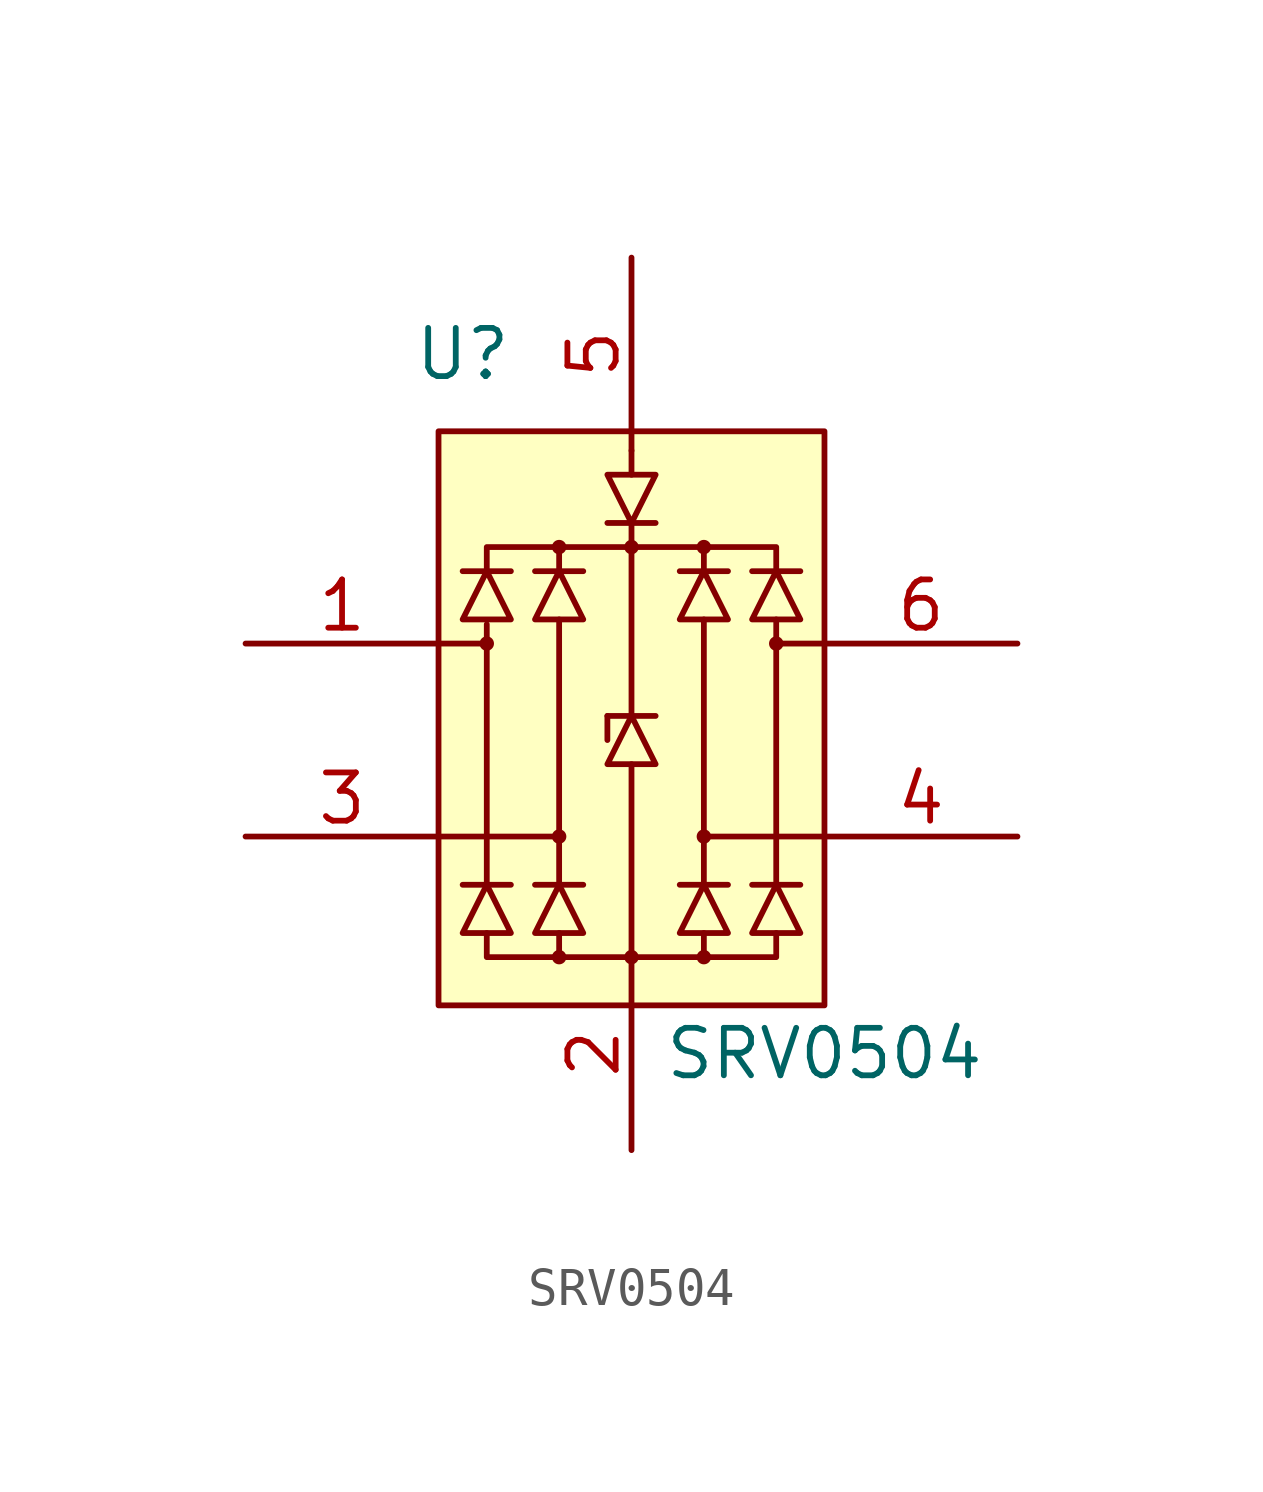
<source format=kicad_sym>
(kicad_symbol_lib
  (version 20211014)
  (generator kicad_symbol_editor)
  (symbol "SRV0504"
    (pin_names hide)
    (property "Reference" "U"
      (at -4.445 12.7 0)
      (effects (font (size 1.27 1.27))))
    (property "Value" "SRV0504"
      (at 5.08 -5.715 0)
      (effects (font (size 1.25 1.25))))
    (symbol "SRV0504_0_1"
      (rectangle (start -5.08 10.668) (end 5.08 -4.445) (stroke (width 0.152) (type default) (color 0 0 0 0)) (fill (type background)))
      (circle (center -3.81 5.08) (radius 0.114) (stroke (width 0.152) (type default) (color 0 0 0 0)) (fill (type none)))
      (circle (center -1.905 -3.175) (radius 0.114) (stroke (width 0.152) (type default) (color 0 0 0 0)) (fill (type none)))
      (circle (center -1.905 0) (radius 0.114) (stroke (width 0.152) (type default) (color 0 0 0 0)) (fill (type none)))
      (circle (center -1.905 7.62) (radius 0.114) (stroke (width 0.152) (type default) (color 0 0 0 0)) (fill (type none)))
      (circle (center 0 -3.175) (radius 0.114) (stroke (width 0.152) (type default) (color 0 0 0 0)) (fill (type none)))
      (polyline (pts (xy -5.08 0) (xy -1.905 0)) (stroke (width 0.152) (type default) (color 0 0 0 0)) (fill (type none)))
      (polyline (pts (xy -5.08 5.08) (xy -3.81 5.08)) (stroke (width 0.152) (type default) (color 0 0 0 0)) (fill (type none)))
      (polyline (pts (xy -4.445 -1.27) (xy -3.175 -1.27)) (stroke (width 0.152) (type default) (color 0 0 0 0)) (fill (type none)))
      (polyline (pts (xy -4.445 6.985) (xy -3.175 6.985)) (stroke (width 0.152) (type default) (color 0 0 0 0)) (fill (type none)))
      (polyline (pts (xy -3.81 -1.27) (xy -3.81 5.588)) (stroke (width 0.152) (type default) (color 0 0 0 0)) (fill (type none)))
      (polyline (pts (xy -2.54 -1.27) (xy -1.27 -1.27)) (stroke (width 0.152) (type default) (color 0 0 0 0)) (fill (type none)))
      (polyline (pts (xy -2.54 6.985) (xy -1.27 6.985)) (stroke (width 0.152) (type default) (color 0 0 0 0)) (fill (type none)))
      (polyline (pts (xy -1.905 -1.27) (xy -1.905 5.715)) (stroke (width 0.152) (type default) (color 0 0 0 0)) (fill (type none)))
      (polyline (pts (xy -0.635 3.175) (xy -0.635 2.54)) (stroke (width 0.152) (type default) (color 0 0 0 0)) (fill (type none)))
      (polyline (pts (xy -0.635 3.175) (xy 0.635 3.175)) (stroke (width 0.152) (type default) (color 0 0 0 0)) (fill (type none)))
      (polyline (pts (xy 0 1.905) (xy 0 -3.175)) (stroke (width 0.152) (type default) (color 0 0 0 0)) (fill (type none)))
      (polyline (pts (xy 0 7.62) (xy 0 3.175)) (stroke (width 0.152) (type default) (color 0 0 0 0)) (fill (type none)))
      (polyline (pts (xy 0 7.62) (xy 0 8.255)) (stroke (width 0.152) (type default) (color 0 0 0 0)) (fill (type none)))
      (polyline (pts (xy 0 9.525) (xy 0 10.16)) (stroke (width 0.152) (type default) (color 0 0 0 0)) (fill (type none)))
      (polyline (pts (xy 0.635 8.255) (xy -0.635 8.255)) (stroke (width 0.152) (type default) (color 0 0 0 0)) (fill (type none)))
      (polyline (pts (xy 1.27 -1.27) (xy 2.54 -1.27)) (stroke (width 0.152) (type default) (color 0 0 0 0)) (fill (type none)))
      (polyline (pts (xy 1.27 6.985) (xy 2.54 6.985)) (stroke (width 0.152) (type default) (color 0 0 0 0)) (fill (type none)))
      (polyline (pts (xy 1.905 -1.27) (xy 1.905 5.715)) (stroke (width 0.152) (type default) (color 0 0 0 0)) (fill (type none)))
      (polyline (pts (xy 3.175 -1.27) (xy 4.445 -1.27)) (stroke (width 0.152) (type default) (color 0 0 0 0)) (fill (type none)))
      (polyline (pts (xy 3.175 6.985) (xy 4.445 6.985)) (stroke (width 0.152) (type default) (color 0 0 0 0)) (fill (type none)))
      (polyline (pts (xy 3.81 -1.27) (xy 3.81 5.715)) (stroke (width 0.152) (type default) (color 0 0 0 0)) (fill (type none)))
      (polyline (pts (xy 5.08 0) (xy 1.905 0)) (stroke (width 0.152) (type default) (color 0 0 0 0)) (fill (type none)))
      (polyline (pts (xy 5.08 5.08) (xy 3.81 5.08)) (stroke (width 0.152) (type default) (color 0 0 0 0)) (fill (type none)))
      (polyline (pts (xy -1.905 -3.175) (xy 1.905 -3.175) (xy 1.905 -2.54)) (stroke (width 0.152) (type default) (color 0 0 0 0)) (fill (type none)))
      (polyline (pts (xy -1.905 7.62) (xy -3.81 7.62) (xy -3.81 6.985)) (stroke (width 0.152) (type default) (color 0 0 0 0)) (fill (type none)))
      (polyline (pts (xy 1.905 -3.175) (xy 3.81 -3.175) (xy 3.81 -2.54)) (stroke (width 0.152) (type default) (color 0 0 0 0)) (fill (type none)))
      (polyline (pts (xy 1.905 7.62) (xy -1.905 7.62) (xy -1.905 6.985)) (stroke (width 0.152) (type default) (color 0 0 0 0)) (fill (type none)))
      (polyline (pts (xy -3.81 -2.54) (xy -3.81 -3.175) (xy -1.905 -3.175) (xy -1.905 -2.54)) (stroke (width 0.152) (type default) (color 0 0 0 0)) (fill (type none)))
      (polyline (pts (xy -3.81 -1.27) (xy -4.445 -2.54) (xy -3.175 -2.54) (xy -3.81 -1.27)) (stroke (width 0.152) (type default) (color 0 0 0 0)) (fill (type none)))
      (polyline (pts (xy -3.81 6.985) (xy -4.445 5.715) (xy -3.175 5.715) (xy -3.81 6.985)) (stroke (width 0.152) (type default) (color 0 0 0 0)) (fill (type none)))
      (polyline (pts (xy -1.905 -1.27) (xy -2.54 -2.54) (xy -1.27 -2.54) (xy -1.905 -1.27)) (stroke (width 0.152) (type default) (color 0 0 0 0)) (fill (type none)))
      (polyline (pts (xy -1.905 6.985) (xy -2.54 5.715) (xy -1.27 5.715) (xy -1.905 6.985)) (stroke (width 0.152) (type default) (color 0 0 0 0)) (fill (type none)))
      (polyline (pts (xy 0 3.175) (xy -0.635 1.905) (xy 0.635 1.905) (xy 0 3.175)) (stroke (width 0.152) (type default) (color 0 0 0 0)) (fill (type none)))
      (polyline (pts (xy 0 8.255) (xy 0.635 9.525) (xy -0.635 9.525) (xy 0 8.255)) (stroke (width 0.152) (type default) (color 0 0 0 0)) (fill (type none)))
      (polyline (pts (xy 1.905 -1.27) (xy 1.27 -2.54) (xy 2.54 -2.54) (xy 1.905 -1.27)) (stroke (width 0.152) (type default) (color 0 0 0 0)) (fill (type none)))
      (polyline (pts (xy 1.905 6.985) (xy 1.27 5.715) (xy 2.54 5.715) (xy 1.905 6.985)) (stroke (width 0.152) (type default) (color 0 0 0 0)) (fill (type none)))
      (polyline (pts (xy 3.81 -1.27) (xy 3.175 -2.54) (xy 4.445 -2.54) (xy 3.81 -1.27)) (stroke (width 0.152) (type default) (color 0 0 0 0)) (fill (type none)))
      (polyline (pts (xy 3.81 6.985) (xy 3.175 5.715) (xy 4.445 5.715) (xy 3.81 6.985)) (stroke (width 0.152) (type default) (color 0 0 0 0)) (fill (type none)))
      (polyline (pts (xy 3.81 6.985) (xy 3.81 7.62) (xy 1.905 7.62) (xy 1.905 6.985)) (stroke (width 0.152) (type default) (color 0 0 0 0)) (fill (type none)))
      (circle (center 0 7.62) (radius 0.114) (stroke (width 0.152) (type default) (color 0 0 0 0)) (fill (type none)))
      (circle (center 1.905 -3.175) (radius 0.114) (stroke (width 0.152) (type default) (color 0 0 0 0)) (fill (type none)))
      (circle (center 1.905 0) (radius 0.114) (stroke (width 0.152) (type default) (color 0 0 0 0)) (fill (type none)))
      (circle (center 1.905 7.62) (radius 0.114) (stroke (width 0.152) (type default) (color 0 0 0 0)) (fill (type none)))
      (circle (center 3.81 5.08) (radius 0.114) (stroke (width 0.152) (type default) (color 0 0 0 0)) (fill (type none))))
    (symbol "SRV0504_1_1"
      (pin power_in line (at -10.16 5.08 0) (length 5.08) (name "IO1" (effects (font (size 1.27 1.27)))) (number "1" (effects (font (size 1.27 1.27)))))
      (pin power_out line (at 0 -8.255 90) (length 5.08) (name "GND" (effects (font (size 1.27 1.27)))) (number "2" (effects (font (size 1.27 1.27)))))
      (pin power_in line (at -10.16 0 0) (length 5.08) (name "IO3" (effects (font (size 1.27 1.27)))) (number "3" (effects (font (size 1.27 1.27)))))
      (pin power_in line (at 10.16 0 180) (length 5.08) (name "IO4" (effects (font (size 1.27 1.27)))) (number "4" (effects (font (size 1.27 1.27)))))
      (pin power_out line (at 0 15.24 270) (length 5.08) (name "VDD" (effects (font (size 1.27 1.27)))) (number "5" (effects (font (size 1.27 1.27)))))
      (pin power_in line (at 10.16 5.08 180) (length 5.08) (name "IO2" (effects (font (size 1.27 1.27)))) (number "6" (effects (font (size 1.27 1.27))))))))
</source>
